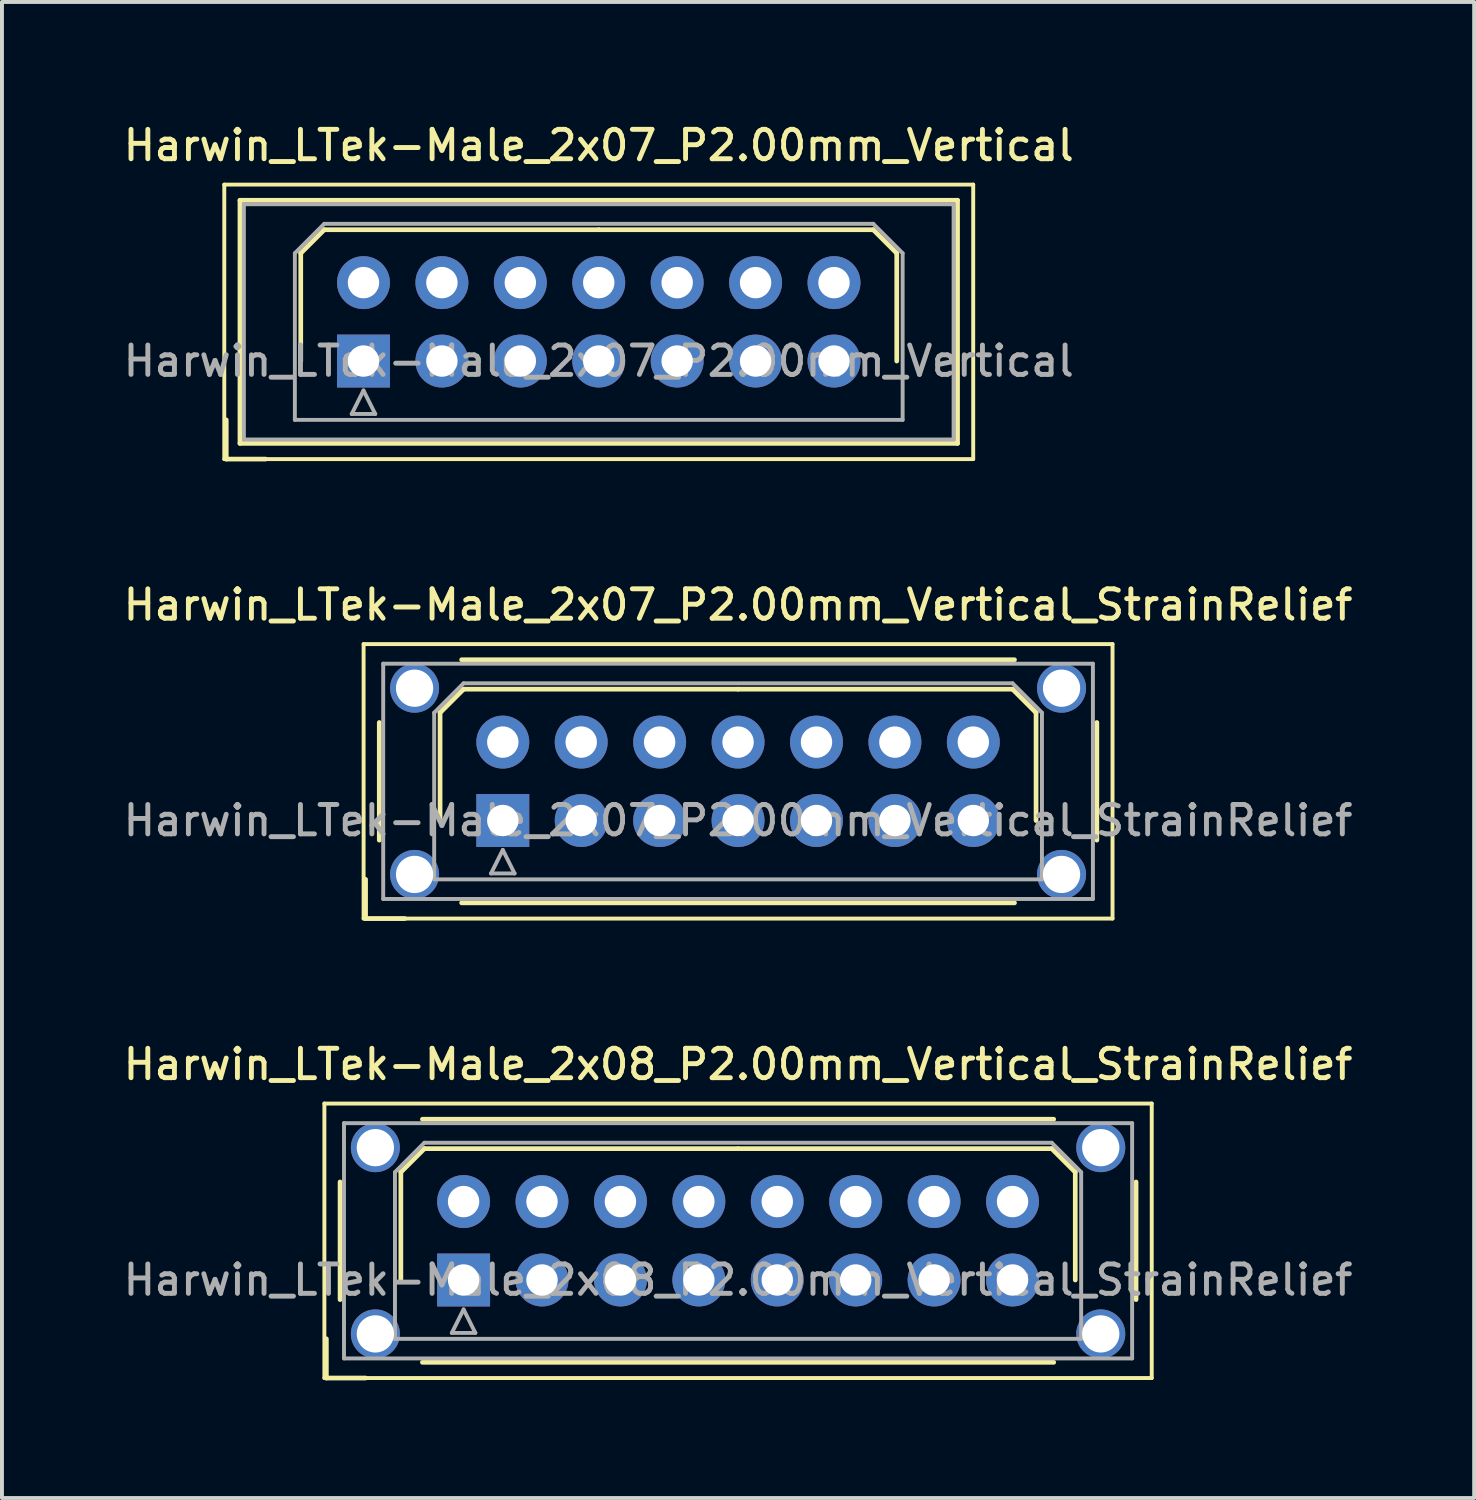
<source format=kicad_pcb>
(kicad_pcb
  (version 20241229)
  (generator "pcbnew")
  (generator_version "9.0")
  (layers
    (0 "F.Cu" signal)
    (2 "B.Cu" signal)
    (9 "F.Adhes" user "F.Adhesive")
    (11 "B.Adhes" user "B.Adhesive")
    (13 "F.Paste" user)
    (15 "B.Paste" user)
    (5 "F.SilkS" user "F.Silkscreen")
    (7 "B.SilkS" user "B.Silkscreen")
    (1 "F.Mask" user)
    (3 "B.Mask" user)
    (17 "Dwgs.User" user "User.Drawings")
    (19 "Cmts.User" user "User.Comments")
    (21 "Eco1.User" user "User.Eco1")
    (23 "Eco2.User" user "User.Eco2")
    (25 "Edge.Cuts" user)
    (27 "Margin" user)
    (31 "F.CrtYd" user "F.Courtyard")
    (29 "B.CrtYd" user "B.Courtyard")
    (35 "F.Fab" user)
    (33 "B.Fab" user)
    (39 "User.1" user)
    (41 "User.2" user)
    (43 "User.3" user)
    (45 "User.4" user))
  (footprint "Harwin_LTek-Male_2x08_P2.00mm_Vertical_StrainRelief"
    (layer "F.Cu")
    (at 8.773 29.594)
    (property "Reference" "Harwin_LTek-Male_2x08_P2.00mm_Vertical_StrainRelief" (at 7 -5.5 0) (layer "F.SilkS") (effects (font (size 0.75 0.75) (thickness 0.125))))
    (attr through_hole)
    (fp_line (start -3.55 -4.5) (end -3.55 2.5) (stroke (width 0.1) (type solid)) (layer "F.SilkS"))
    (fp_line (start -3.55 2.5) (end 17.55 2.5) (stroke (width 0.1) (type solid)) (layer "F.SilkS"))
    (fp_line (start -3.5 1.5) (end -3.5 2.5) (stroke (width 0.12) (type solid)) (layer "F.SilkS"))
    (fp_line (start -3.5 2.5) (end -2.5 2.5) (stroke (width 0.12) (type solid)) (layer "F.SilkS"))
    (fp_line (start -3.15 -2.5) (end -3.15 0.5) (stroke (width 0.12) (type solid)) (layer "F.SilkS"))
    (fp_line (start -1.6 -2.75) (end -1 -3.35) (stroke (width 0.12) (type solid)) (layer "F.SilkS"))
    (fp_line (start -1.6 0) (end -1.6 -2.75) (stroke (width 0.12) (type solid)) (layer "F.SilkS"))
    (fp_line (start -1.05 -4.1) (end 15.05 -4.1) (stroke (width 0.12) (type solid)) (layer "F.SilkS"))
    (fp_line (start -1.05 2.1) (end 15.05 2.1) (stroke (width 0.12) (type solid)) (layer "F.SilkS"))
    (fp_line (start -1 -3.35) (end 7 -3.35) (stroke (width 0.12) (type solid)) (layer "F.SilkS"))
    (fp_line (start 15 -3.35) (end 7 -3.35) (stroke (width 0.12) (type solid)) (layer "F.SilkS"))
    (fp_line (start 15.6 -2.75) (end 15 -3.35) (stroke (width 0.12) (type solid)) (layer "F.SilkS"))
    (fp_line (start 15.6 0) (end 15.6 -2.75) (stroke (width 0.12) (type solid)) (layer "F.SilkS"))
    (fp_line (start 17.15 -2.5) (end 17.15 0.5) (stroke (width 0.12) (type solid)) (layer "F.SilkS"))
    (fp_line (start 17.55 -4.5) (end -3.55 -4.5) (stroke (width 0.1) (type solid)) (layer "F.SilkS"))
    (fp_line (start 17.55 2.5) (end 17.55 -4.5) (stroke (width 0.1) (type solid)) (layer "F.SilkS"))
    (fp_line (start -3.05 -4) (end -3.05 2) (stroke (width 0.1) (type solid)) (layer "F.Fab"))
    (fp_line (start -3.05 2) (end 17.05 2) (stroke (width 0.1) (type solid)) (layer "F.Fab"))
    (fp_line (start -1.75 -2.75) (end -1 -3.5) (stroke (width 0.1) (type solid)) (layer "F.Fab"))
    (fp_line (start -1.75 1.5) (end -1.75 -2.75) (stroke (width 0.1) (type solid)) (layer "F.Fab"))
    (fp_line (start -1 -3.5) (end 15 -3.5) (stroke (width 0.1) (type solid)) (layer "F.Fab"))
    (fp_line (start -0.3 1.35) (end 0.3 1.35) (stroke (width 0.1) (type solid)) (layer "F.Fab"))
    (fp_line (start 0 0.75) (end -0.3 1.35) (stroke (width 0.1) (type solid)) (layer "F.Fab"))
    (fp_line (start 0.3 1.35) (end 0 0.75) (stroke (width 0.1) (type solid)) (layer "F.Fab"))
    (fp_line (start 15 -3.5) (end 15.75 -2.75) (stroke (width 0.1) (type solid)) (layer "F.Fab"))
    (fp_line (start 15.75 -2.75) (end 15.75 1.5) (stroke (width 0.1) (type solid)) (layer "F.Fab"))
    (fp_line (start 15.75 1.5) (end -1.75 1.5) (stroke (width 0.1) (type solid)) (layer "F.Fab"))
    (fp_line (start 17.05 -4) (end -3.05 -4) (stroke (width 0.1) (type solid)) (layer "F.Fab"))
    (fp_line (start 17.05 2) (end 17.05 -4) (stroke (width 0.1) (type solid)) (layer "F.Fab"))
    (fp_text user "${REFERENCE}" (at 7 0 0) (layer "F.Fab") (effects (font (size 0.75 0.75) (thickness 0.125))))
    (pad "" thru_hole circle (at -2.25 -3.375) (size 1.25 1.25) (drill 0.95) (layers "*.Cu" "*.Mask"))
    (pad "" thru_hole circle (at -2.25 1.375) (size 1.25 1.25) (drill 0.95) (layers "*.Cu" "*.Mask"))
    (pad "" thru_hole circle (at 16.25 -3.375) (size 1.25 1.25) (drill 0.95) (layers "*.Cu" "*.Mask"))
    (pad "" thru_hole circle (at 16.25 1.375) (size 1.25 1.25) (drill 0.95) (layers "*.Cu" "*.Mask"))
    (pad "1" thru_hole rect (at 0 0) (size 1.35 1.35) (drill 0.8) (layers "*.Cu" "*.Mask"))
    (pad "2" thru_hole circle (at 0 -2) (size 1.35 1.35) (drill 0.8) (layers "*.Cu" "*.Mask"))
    (pad "3" thru_hole circle (at 2 0) (size 1.35 1.35) (drill 0.8) (layers "*.Cu" "*.Mask"))
    (pad "4" thru_hole circle (at 2 -2) (size 1.35 1.35) (drill 0.8) (layers "*.Cu" "*.Mask"))
    (pad "5" thru_hole circle (at 4 0) (size 1.35 1.35) (drill 0.8) (layers "*.Cu" "*.Mask"))
    (pad "6" thru_hole circle (at 4 -2) (size 1.35 1.35) (drill 0.8) (layers "*.Cu" "*.Mask"))
    (pad "7" thru_hole circle (at 6 0) (size 1.35 1.35) (drill 0.8) (layers "*.Cu" "*.Mask"))
    (pad "8" thru_hole circle (at 6 -2) (size 1.35 1.35) (drill 0.8) (layers "*.Cu" "*.Mask"))
    (pad "9" thru_hole circle (at 8 0) (size 1.35 1.35) (drill 0.8) (layers "*.Cu" "*.Mask"))
    (pad "10" thru_hole circle (at 8 -2) (size 1.35 1.35) (drill 0.8) (layers "*.Cu" "*.Mask"))
    (pad "11" thru_hole circle (at 10 0) (size 1.35 1.35) (drill 0.8) (layers "*.Cu" "*.Mask"))
    (pad "12" thru_hole circle (at 10 -2) (size 1.35 1.35) (drill 0.8) (layers "*.Cu" "*.Mask"))
    (pad "13" thru_hole circle (at 12 0) (size 1.35 1.35) (drill 0.8) (layers "*.Cu" "*.Mask"))
    (pad "14" thru_hole circle (at 12 -2) (size 1.35 1.35) (drill 0.8) (layers "*.Cu" "*.Mask"))
    (pad "15" thru_hole circle (at 14 0) (size 1.35 1.35) (drill 0.8) (layers "*.Cu" "*.Mask"))
    (pad "16" thru_hole circle (at 14 -2) (size 1.35 1.35) (drill 0.8) (layers "*.Cu" "*.Mask")))
  (footprint "Harwin_LTek-Male_2x07_P2.00mm_Vertical"
    (layer "F.Cu")
    (at 6.22 6.158)
    (property "Reference" "Harwin_LTek-Male_2x07_P2.00mm_Vertical" (at 6 -5.5 0) (layer "F.SilkS") (effects (font (size 0.75 0.75) (thickness 0.125))))
    (attr through_hole)
    (fp_line (start -3.55 -4.5) (end -3.55 2.5) (stroke (width 0.1) (type solid)) (layer "F.SilkS"))
    (fp_line (start -3.55 2.5) (end 15.55 2.5) (stroke (width 0.1) (type solid)) (layer "F.SilkS"))
    (fp_line (start -3.5 1.5) (end -3.5 2.5) (stroke (width 0.12) (type solid)) (layer "F.SilkS"))
    (fp_line (start -3.5 2.5) (end -2.5 2.5) (stroke (width 0.12) (type solid)) (layer "F.SilkS"))
    (fp_line (start -3.15 -4.1) (end -3.15 2.1) (stroke (width 0.12) (type solid)) (layer "F.SilkS"))
    (fp_line (start -3.15 2.1) (end 15.15 2.1) (stroke (width 0.12) (type solid)) (layer "F.SilkS"))
    (fp_line (start -1.6 -2.75) (end -1 -3.35) (stroke (width 0.12) (type solid)) (layer "F.SilkS"))
    (fp_line (start -1.6 0) (end -1.6 -2.75) (stroke (width 0.12) (type solid)) (layer "F.SilkS"))
    (fp_line (start -1 -3.35) (end 6 -3.35) (stroke (width 0.12) (type solid)) (layer "F.SilkS"))
    (fp_line (start 13 -3.35) (end 6 -3.35) (stroke (width 0.12) (type solid)) (layer "F.SilkS"))
    (fp_line (start 13.6 -2.75) (end 13 -3.35) (stroke (width 0.12) (type solid)) (layer "F.SilkS"))
    (fp_line (start 13.6 0) (end 13.6 -2.75) (stroke (width 0.12) (type solid)) (layer "F.SilkS"))
    (fp_line (start 15.15 -4.1) (end -3.15 -4.1) (stroke (width 0.12) (type solid)) (layer "F.SilkS"))
    (fp_line (start 15.15 2.1) (end 15.15 -4.1) (stroke (width 0.12) (type solid)) (layer "F.SilkS"))
    (fp_line (start 15.55 -4.5) (end -3.55 -4.5) (stroke (width 0.1) (type solid)) (layer "F.SilkS"))
    (fp_line (start 15.55 2.5) (end 15.55 -4.5) (stroke (width 0.1) (type solid)) (layer "F.SilkS"))
    (fp_line (start -3.05 -4) (end -3.05 2) (stroke (width 0.1) (type solid)) (layer "F.Fab"))
    (fp_line (start -3.05 2) (end 15.05 2) (stroke (width 0.1) (type solid)) (layer "F.Fab"))
    (fp_line (start -1.75 -2.75) (end -1 -3.5) (stroke (width 0.1) (type solid)) (layer "F.Fab"))
    (fp_line (start -1.75 1.5) (end -1.75 -2.75) (stroke (width 0.1) (type solid)) (layer "F.Fab"))
    (fp_line (start -1 -3.5) (end 13 -3.5) (stroke (width 0.1) (type solid)) (layer "F.Fab"))
    (fp_line (start -0.3 1.35) (end 0.3 1.35) (stroke (width 0.1) (type solid)) (layer "F.Fab"))
    (fp_line (start 0 0.75) (end -0.3 1.35) (stroke (width 0.1) (type solid)) (layer "F.Fab"))
    (fp_line (start 0.3 1.35) (end 0 0.75) (stroke (width 0.1) (type solid)) (layer "F.Fab"))
    (fp_line (start 13 -3.5) (end 13.75 -2.75) (stroke (width 0.1) (type solid)) (layer "F.Fab"))
    (fp_line (start 13.75 -2.75) (end 13.75 1.5) (stroke (width 0.1) (type solid)) (layer "F.Fab"))
    (fp_line (start 13.75 1.5) (end -1.75 1.5) (stroke (width 0.1) (type solid)) (layer "F.Fab"))
    (fp_line (start 15.05 -4) (end -3.05 -4) (stroke (width 0.1) (type solid)) (layer "F.Fab"))
    (fp_line (start 15.05 2) (end 15.05 -4) (stroke (width 0.1) (type solid)) (layer "F.Fab"))
    (fp_text user "${REFERENCE}" (at 6 0 0) (layer "F.Fab") (effects (font (size 0.75 0.75) (thickness 0.125))))
    (pad "1" thru_hole rect (at 0 0) (size 1.35 1.35) (drill 0.8) (layers "*.Cu" "*.Mask"))
    (pad "2" thru_hole circle (at 0 -2) (size 1.35 1.35) (drill 0.8) (layers "*.Cu" "*.Mask"))
    (pad "3" thru_hole circle (at 2 0) (size 1.35 1.35) (drill 0.8) (layers "*.Cu" "*.Mask"))
    (pad "4" thru_hole circle (at 2 -2) (size 1.35 1.35) (drill 0.8) (layers "*.Cu" "*.Mask"))
    (pad "5" thru_hole circle (at 4 0) (size 1.35 1.35) (drill 0.8) (layers "*.Cu" "*.Mask"))
    (pad "6" thru_hole circle (at 4 -2) (size 1.35 1.35) (drill 0.8) (layers "*.Cu" "*.Mask"))
    (pad "7" thru_hole circle (at 6 0) (size 1.35 1.35) (drill 0.8) (layers "*.Cu" "*.Mask"))
    (pad "8" thru_hole circle (at 6 -2) (size 1.35 1.35) (drill 0.8) (layers "*.Cu" "*.Mask"))
    (pad "9" thru_hole circle (at 8 0) (size 1.35 1.35) (drill 0.8) (layers "*.Cu" "*.Mask"))
    (pad "10" thru_hole circle (at 8 -2) (size 1.35 1.35) (drill 0.8) (layers "*.Cu" "*.Mask"))
    (pad "11" thru_hole circle (at 10 0) (size 1.35 1.35) (drill 0.8) (layers "*.Cu" "*.Mask"))
    (pad "12" thru_hole circle (at 10 -2) (size 1.35 1.35) (drill 0.8) (layers "*.Cu" "*.Mask"))
    (pad "13" thru_hole circle (at 12 0) (size 1.35 1.35) (drill 0.8) (layers "*.Cu" "*.Mask"))
    (pad "14" thru_hole circle (at 12 -2) (size 1.35 1.35) (drill 0.8) (layers "*.Cu" "*.Mask")))
  (footprint "Harwin_LTek-Male_2x07_P2.00mm_Vertical_StrainRelief"
    (layer "F.Cu")
    (at 9.773 17.876)
    (property "Reference" "Harwin_LTek-Male_2x07_P2.00mm_Vertical_StrainRelief" (at 6 -5.5 0) (layer "F.SilkS") (effects (font (size 0.75 0.75) (thickness 0.125))))
    (attr through_hole)
    (fp_line (start -3.55 -4.5) (end -3.55 2.5) (stroke (width 0.1) (type solid)) (layer "F.SilkS"))
    (fp_line (start -3.55 2.5) (end 15.55 2.5) (stroke (width 0.1) (type solid)) (layer "F.SilkS"))
    (fp_line (start -3.5 1.5) (end -3.5 2.5) (stroke (width 0.12) (type solid)) (layer "F.SilkS"))
    (fp_line (start -3.5 2.5) (end -2.5 2.5) (stroke (width 0.12) (type solid)) (layer "F.SilkS"))
    (fp_line (start -3.15 -2.5) (end -3.15 0.5) (stroke (width 0.12) (type solid)) (layer "F.SilkS"))
    (fp_line (start -1.6 -2.75) (end -1 -3.35) (stroke (width 0.12) (type solid)) (layer "F.SilkS"))
    (fp_line (start -1.6 0) (end -1.6 -2.75) (stroke (width 0.12) (type solid)) (layer "F.SilkS"))
    (fp_line (start -1.05 -4.1) (end 13.05 -4.1) (stroke (width 0.12) (type solid)) (layer "F.SilkS"))
    (fp_line (start -1.05 2.1) (end 13.05 2.1) (stroke (width 0.12) (type solid)) (layer "F.SilkS"))
    (fp_line (start -1 -3.35) (end 6 -3.35) (stroke (width 0.12) (type solid)) (layer "F.SilkS"))
    (fp_line (start 13 -3.35) (end 6 -3.35) (stroke (width 0.12) (type solid)) (layer "F.SilkS"))
    (fp_line (start 13.6 -2.75) (end 13 -3.35) (stroke (width 0.12) (type solid)) (layer "F.SilkS"))
    (fp_line (start 13.6 0) (end 13.6 -2.75) (stroke (width 0.12) (type solid)) (layer "F.SilkS"))
    (fp_line (start 15.15 -2.5) (end 15.15 0.5) (stroke (width 0.12) (type solid)) (layer "F.SilkS"))
    (fp_line (start 15.55 -4.5) (end -3.55 -4.5) (stroke (width 0.1) (type solid)) (layer "F.SilkS"))
    (fp_line (start 15.55 2.5) (end 15.55 -4.5) (stroke (width 0.1) (type solid)) (layer "F.SilkS"))
    (fp_line (start -3.05 -4) (end -3.05 2) (stroke (width 0.1) (type solid)) (layer "F.Fab"))
    (fp_line (start -3.05 2) (end 15.05 2) (stroke (width 0.1) (type solid)) (layer "F.Fab"))
    (fp_line (start -1.75 -2.75) (end -1 -3.5) (stroke (width 0.1) (type solid)) (layer "F.Fab"))
    (fp_line (start -1.75 1.5) (end -1.75 -2.75) (stroke (width 0.1) (type solid)) (layer "F.Fab"))
    (fp_line (start -1 -3.5) (end 13 -3.5) (stroke (width 0.1) (type solid)) (layer "F.Fab"))
    (fp_line (start -0.3 1.35) (end 0.3 1.35) (stroke (width 0.1) (type solid)) (layer "F.Fab"))
    (fp_line (start 0 0.75) (end -0.3 1.35) (stroke (width 0.1) (type solid)) (layer "F.Fab"))
    (fp_line (start 0.3 1.35) (end 0 0.75) (stroke (width 0.1) (type solid)) (layer "F.Fab"))
    (fp_line (start 13 -3.5) (end 13.75 -2.75) (stroke (width 0.1) (type solid)) (layer "F.Fab"))
    (fp_line (start 13.75 -2.75) (end 13.75 1.5) (stroke (width 0.1) (type solid)) (layer "F.Fab"))
    (fp_line (start 13.75 1.5) (end -1.75 1.5) (stroke (width 0.1) (type solid)) (layer "F.Fab"))
    (fp_line (start 15.05 -4) (end -3.05 -4) (stroke (width 0.1) (type solid)) (layer "F.Fab"))
    (fp_line (start 15.05 2) (end 15.05 -4) (stroke (width 0.1) (type solid)) (layer "F.Fab"))
    (fp_text user "${REFERENCE}" (at 6 0 0) (layer "F.Fab") (effects (font (size 0.75 0.75) (thickness 0.125))))
    (pad "" thru_hole circle (at -2.25 -3.375) (size 1.25 1.25) (drill 0.95) (layers "*.Cu" "*.Mask"))
    (pad "" thru_hole circle (at -2.25 1.375) (size 1.25 1.25) (drill 0.95) (layers "*.Cu" "*.Mask"))
    (pad "" thru_hole circle (at 14.25 -3.375) (size 1.25 1.25) (drill 0.95) (layers "*.Cu" "*.Mask"))
    (pad "" thru_hole circle (at 14.25 1.375) (size 1.25 1.25) (drill 0.95) (layers "*.Cu" "*.Mask"))
    (pad "1" thru_hole rect (at 0 0) (size 1.35 1.35) (drill 0.8) (layers "*.Cu" "*.Mask"))
    (pad "2" thru_hole circle (at 0 -2) (size 1.35 1.35) (drill 0.8) (layers "*.Cu" "*.Mask"))
    (pad "3" thru_hole circle (at 2 0) (size 1.35 1.35) (drill 0.8) (layers "*.Cu" "*.Mask"))
    (pad "4" thru_hole circle (at 2 -2) (size 1.35 1.35) (drill 0.8) (layers "*.Cu" "*.Mask"))
    (pad "5" thru_hole circle (at 4 0) (size 1.35 1.35) (drill 0.8) (layers "*.Cu" "*.Mask"))
    (pad "6" thru_hole circle (at 4 -2) (size 1.35 1.35) (drill 0.8) (layers "*.Cu" "*.Mask"))
    (pad "7" thru_hole circle (at 6 0) (size 1.35 1.35) (drill 0.8) (layers "*.Cu" "*.Mask"))
    (pad "8" thru_hole circle (at 6 -2) (size 1.35 1.35) (drill 0.8) (layers "*.Cu" "*.Mask"))
    (pad "9" thru_hole circle (at 8 0) (size 1.35 1.35) (drill 0.8) (layers "*.Cu" "*.Mask"))
    (pad "10" thru_hole circle (at 8 -2) (size 1.35 1.35) (drill 0.8) (layers "*.Cu" "*.Mask"))
    (pad "11" thru_hole circle (at 10 0) (size 1.35 1.35) (drill 0.8) (layers "*.Cu" "*.Mask"))
    (pad "12" thru_hole circle (at 10 -2) (size 1.35 1.35) (drill 0.8) (layers "*.Cu" "*.Mask"))
    (pad "13" thru_hole circle (at 12 0) (size 1.35 1.35) (drill 0.8) (layers "*.Cu" "*.Mask"))
    (pad "14" thru_hole circle (at 12 -2) (size 1.35 1.35) (drill 0.8) (layers "*.Cu" "*.Mask")))
  (gr_rect
    (start -3 -3)
    (end 34.546 35.154)
    (stroke (width 0.1) (type default))
    (fill no)
    (layer "Edge.Cuts")))
</source>
